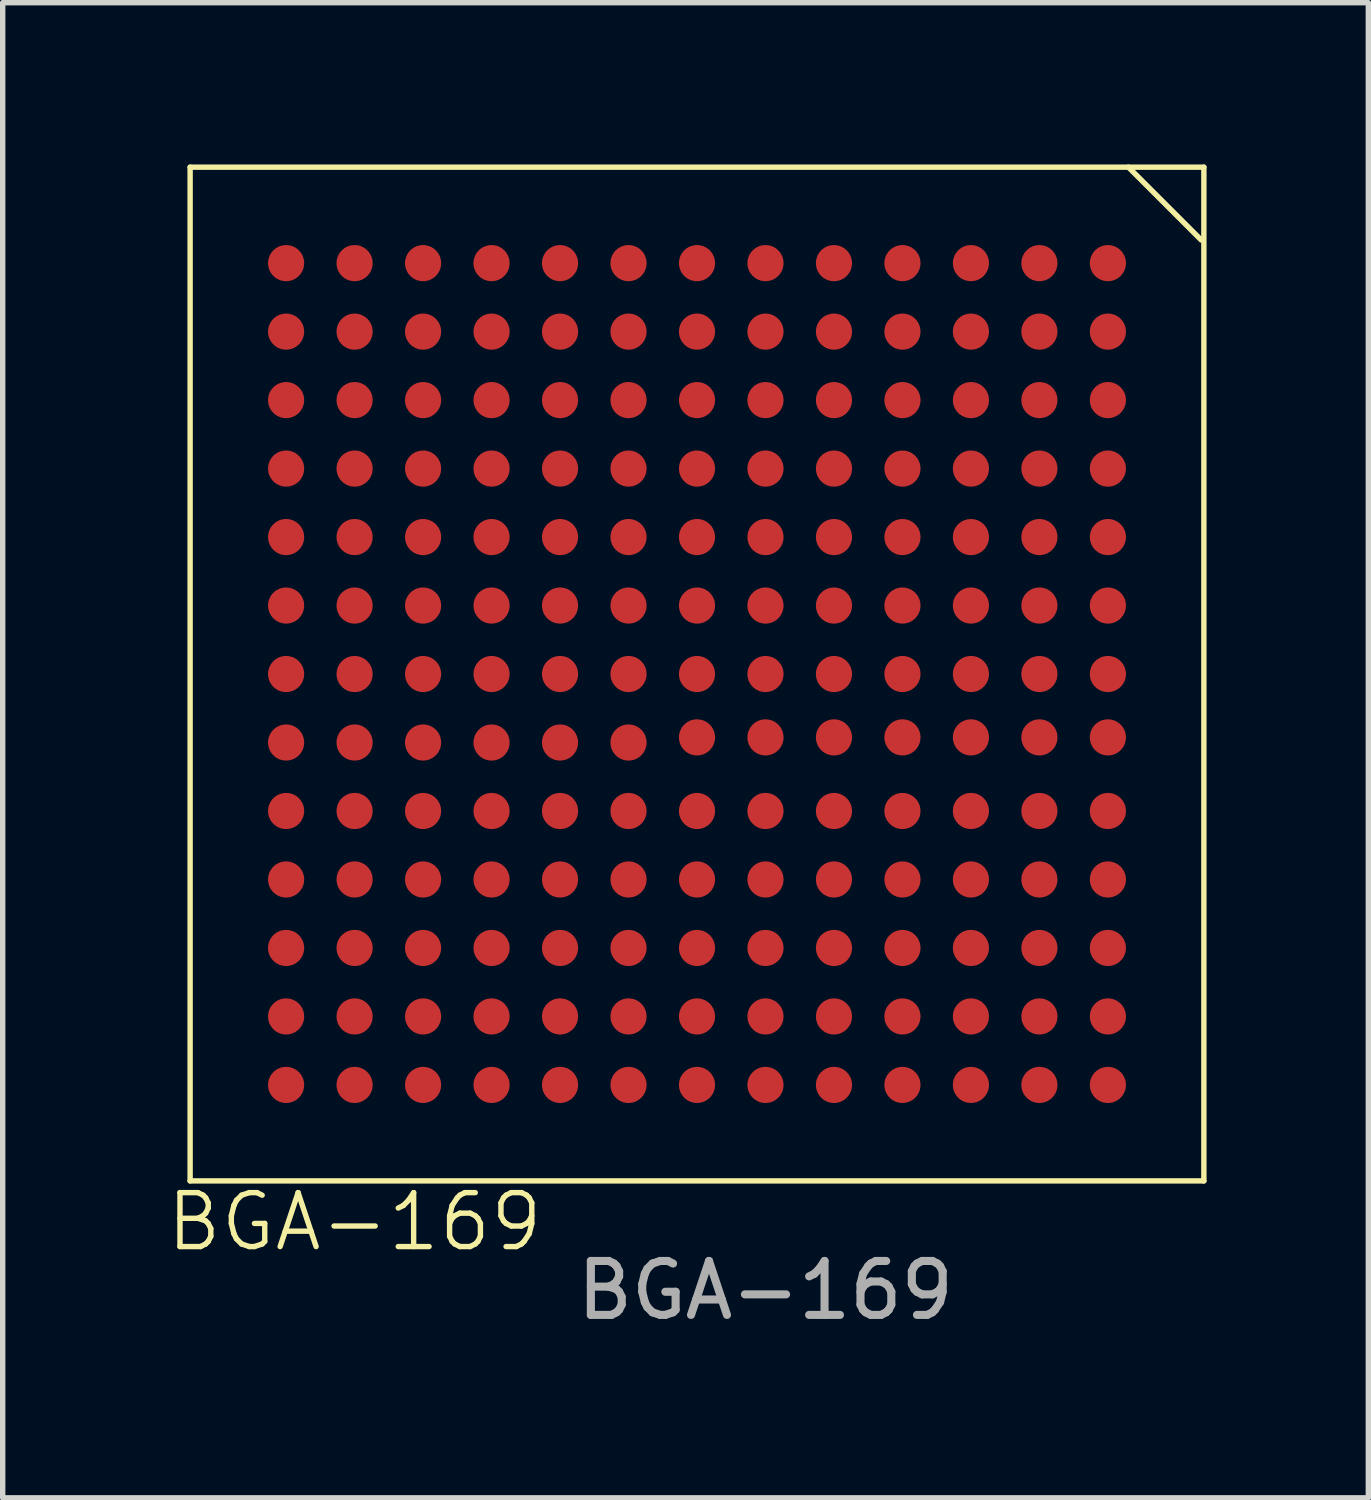
<source format=kicad_pcb>
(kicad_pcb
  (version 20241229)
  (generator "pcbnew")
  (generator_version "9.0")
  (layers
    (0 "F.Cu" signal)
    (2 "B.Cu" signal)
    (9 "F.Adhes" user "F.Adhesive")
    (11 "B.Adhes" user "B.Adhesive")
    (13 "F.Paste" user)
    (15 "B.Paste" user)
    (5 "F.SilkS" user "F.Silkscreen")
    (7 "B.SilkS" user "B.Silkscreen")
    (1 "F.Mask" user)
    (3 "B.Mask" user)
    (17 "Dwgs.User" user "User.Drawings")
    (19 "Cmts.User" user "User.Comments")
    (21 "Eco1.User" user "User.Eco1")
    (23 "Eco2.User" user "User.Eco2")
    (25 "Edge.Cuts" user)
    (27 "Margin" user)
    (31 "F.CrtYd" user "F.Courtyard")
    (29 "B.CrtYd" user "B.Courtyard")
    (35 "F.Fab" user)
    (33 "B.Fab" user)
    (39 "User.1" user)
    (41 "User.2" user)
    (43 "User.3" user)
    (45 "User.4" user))
  (footprint "BGA-169"
    (layer "F.Cu")
    (at 9.876 9.45)
    (property "Reference" "BGA-169" (at -6.35 10.16 0) (unlocked yes) (layer "F.SilkS") (effects (font (size 1 1) (thickness 0.1))))
    (attr smd)
    (fp_line (start -9.4 -9.4) (end 9.4 -9.4) (stroke (width 0.1) (type default)) (layer "F.SilkS"))
    (fp_line (start -9.4 9.4) (end -9.4 -9.4) (stroke (width 0.1) (type default)) (layer "F.SilkS"))
    (fp_line (start 8 -9.4) (end 9.35 -8.05) (stroke (width 0.1) (type default)) (layer "F.SilkS"))
    (fp_line (start 9.4 -9.4) (end 9.4 9.4) (stroke (width 0.1) (type default)) (layer "F.SilkS"))
    (fp_line (start 9.4 9.4) (end -9.4 9.4) (stroke (width 0.1) (type default)) (layer "F.SilkS"))
    (fp_text user "${REFERENCE}" (at 1.27 11.43 0) (unlocked yes) (layer "F.Fab") (effects (font (size 1 1) (thickness 0.15))))
    (pad "A1" smd circle (at 7.62 -7.62) (size 0.67 0.67) (layers "F.Cu" "F.Mask" "F.Paste"))
    (pad "A2" smd circle (at 7.62 -6.35) (size 0.67 0.67) (layers "F.Cu" "F.Mask" "F.Paste"))
    (pad "A3" smd circle (at 7.62 -5.08) (size 0.67 0.67) (layers "F.Cu" "F.Mask" "F.Paste"))
    (pad "A4" smd circle (at 7.62 -3.81) (size 0.67 0.67) (layers "F.Cu" "F.Mask" "F.Paste"))
    (pad "A5" smd circle (at 7.62 -2.54) (size 0.67 0.67) (layers "F.Cu" "F.Mask" "F.Paste"))
    (pad "A6" smd circle (at 7.62 -1.27) (size 0.67 0.67) (layers "F.Cu" "F.Mask" "F.Paste"))
    (pad "A7" smd circle (at 7.62 0) (size 0.67 0.67) (layers "F.Cu" "F.Mask" "F.Paste"))
    (pad "A8" smd circle (at 7.62 1.175) (size 0.67 0.67) (layers "F.Cu" "F.Mask" "F.Paste"))
    (pad "A9" smd circle (at 7.62 2.54) (size 0.67 0.67) (layers "F.Cu" "F.Mask" "F.Paste"))
    (pad "A10" smd circle (at 7.62 3.81) (size 0.67 0.67) (layers "F.Cu" "F.Mask" "F.Paste"))
    (pad "A11" smd circle (at 7.62 5.08) (size 0.67 0.67) (layers "F.Cu" "F.Mask" "F.Paste"))
    (pad "A12" smd circle (at 7.62 6.35) (size 0.67 0.67) (layers "F.Cu" "F.Mask" "F.Paste"))
    (pad "A13" smd circle (at 7.62 7.62) (size 0.67 0.67) (layers "F.Cu" "F.Mask" "F.Paste"))
    (pad "B1" smd circle (at 6.35 -7.62) (size 0.67 0.67) (layers "F.Cu" "F.Mask" "F.Paste"))
    (pad "B2" smd circle (at 6.35 -6.35) (size 0.67 0.67) (layers "F.Cu" "F.Mask" "F.Paste"))
    (pad "B3" smd circle (at 6.35 -5.08) (size 0.67 0.67) (layers "F.Cu" "F.Mask" "F.Paste"))
    (pad "B4" smd circle (at 6.35 -3.81) (size 0.67 0.67) (layers "F.Cu" "F.Mask" "F.Paste"))
    (pad "B5" smd circle (at 6.35 -2.54) (size 0.67 0.67) (layers "F.Cu" "F.Mask" "F.Paste"))
    (pad "B6" smd circle (at 6.35 -1.27) (size 0.67 0.67) (layers "F.Cu" "F.Mask" "F.Paste"))
    (pad "B7" smd circle (at 6.35 0) (size 0.67 0.67) (layers "F.Cu" "F.Mask" "F.Paste"))
    (pad "B8" smd circle (at 6.35 1.175) (size 0.67 0.67) (layers "F.Cu" "F.Mask" "F.Paste"))
    (pad "B9" smd circle (at 6.35 2.54) (size 0.67 0.67) (layers "F.Cu" "F.Mask" "F.Paste"))
    (pad "B10" smd circle (at 6.35 3.81) (size 0.67 0.67) (layers "F.Cu" "F.Mask" "F.Paste"))
    (pad "B11" smd circle (at 6.35 5.08) (size 0.67 0.67) (layers "F.Cu" "F.Mask" "F.Paste"))
    (pad "B12" smd circle (at 6.35 6.35) (size 0.67 0.67) (layers "F.Cu" "F.Mask" "F.Paste"))
    (pad "B13" smd circle (at 6.35 7.62) (size 0.67 0.67) (layers "F.Cu" "F.Mask" "F.Paste"))
    (pad "C1" smd circle (at 5.08 -7.62) (size 0.67 0.67) (layers "F.Cu" "F.Mask" "F.Paste"))
    (pad "C2" smd circle (at 5.08 -6.35) (size 0.67 0.67) (layers "F.Cu" "F.Mask" "F.Paste"))
    (pad "C3" smd circle (at 5.08 -5.08) (size 0.67 0.67) (layers "F.Cu" "F.Mask" "F.Paste"))
    (pad "C4" smd circle (at 5.08 -3.81) (size 0.67 0.67) (layers "F.Cu" "F.Mask" "F.Paste"))
    (pad "C5" smd circle (at 5.08 -2.54) (size 0.67 0.67) (layers "F.Cu" "F.Mask" "F.Paste"))
    (pad "C6" smd circle (at 5.08 -1.27) (size 0.67 0.67) (layers "F.Cu" "F.Mask" "F.Paste"))
    (pad "C7" smd circle (at 5.08 0) (size 0.67 0.67) (layers "F.Cu" "F.Mask" "F.Paste"))
    (pad "C8" smd circle (at 5.08 1.175) (size 0.67 0.67) (layers "F.Cu" "F.Mask" "F.Paste"))
    (pad "C9" smd circle (at 5.08 2.54) (size 0.67 0.67) (layers "F.Cu" "F.Mask" "F.Paste"))
    (pad "C10" smd circle (at 5.08 3.81) (size 0.67 0.67) (layers "F.Cu" "F.Mask" "F.Paste"))
    (pad "C11" smd circle (at 5.08 5.08) (size 0.67 0.67) (layers "F.Cu" "F.Mask" "F.Paste"))
    (pad "C12" smd circle (at 5.08 6.35) (size 0.67 0.67) (layers "F.Cu" "F.Mask" "F.Paste"))
    (pad "C13" smd circle (at 5.08 7.62) (size 0.67 0.67) (layers "F.Cu" "F.Mask" "F.Paste"))
    (pad "D1" smd circle (at 3.81 -7.62) (size 0.67 0.67) (layers "F.Cu" "F.Mask" "F.Paste"))
    (pad "D2" smd circle (at 3.81 -6.35) (size 0.67 0.67) (layers "F.Cu" "F.Mask" "F.Paste"))
    (pad "D3" smd circle (at 3.81 -5.08) (size 0.67 0.67) (layers "F.Cu" "F.Mask" "F.Paste"))
    (pad "D4" smd circle (at 3.81 -3.81) (size 0.67 0.67) (layers "F.Cu" "F.Mask" "F.Paste"))
    (pad "D5" smd circle (at 3.81 -2.54) (size 0.67 0.67) (layers "F.Cu" "F.Mask" "F.Paste"))
    (pad "D6" smd circle (at 3.81 -1.27) (size 0.67 0.67) (layers "F.Cu" "F.Mask" "F.Paste"))
    (pad "D7" smd circle (at 3.81 0) (size 0.67 0.67) (layers "F.Cu" "F.Mask" "F.Paste"))
    (pad "D8" smd circle (at 3.81 1.175) (size 0.67 0.67) (layers "F.Cu" "F.Mask" "F.Paste"))
    (pad "D9" smd circle (at 3.81 2.54) (size 0.67 0.67) (layers "F.Cu" "F.Mask" "F.Paste"))
    (pad "D10" smd circle (at 3.81 3.81) (size 0.67 0.67) (layers "F.Cu" "F.Mask" "F.Paste"))
    (pad "D11" smd circle (at 3.81 5.08) (size 0.67 0.67) (layers "F.Cu" "F.Mask" "F.Paste"))
    (pad "D12" smd circle (at 3.81 6.35) (size 0.67 0.67) (layers "F.Cu" "F.Mask" "F.Paste"))
    (pad "D13" smd circle (at 3.81 7.62) (size 0.67 0.67) (layers "F.Cu" "F.Mask" "F.Paste"))
    (pad "E1" smd circle (at 2.54 -7.62) (size 0.67 0.67) (layers "F.Cu" "F.Mask" "F.Paste"))
    (pad "E2" smd circle (at 2.54 -6.35) (size 0.67 0.67) (layers "F.Cu" "F.Mask" "F.Paste"))
    (pad "E3" smd circle (at 2.54 -5.08) (size 0.67 0.67) (layers "F.Cu" "F.Mask" "F.Paste"))
    (pad "E4" smd circle (at 2.54 -3.81) (size 0.67 0.67) (layers "F.Cu" "F.Mask" "F.Paste"))
    (pad "E5" smd circle (at 2.54 -2.54) (size 0.67 0.67) (layers "F.Cu" "F.Mask" "F.Paste"))
    (pad "E6" smd circle (at 2.54 -1.27) (size 0.67 0.67) (layers "F.Cu" "F.Mask" "F.Paste"))
    (pad "E7" smd circle (at 2.54 0) (size 0.67 0.67) (layers "F.Cu" "F.Mask" "F.Paste"))
    (pad "E8" smd circle (at 2.54 1.175) (size 0.67 0.67) (layers "F.Cu" "F.Mask" "F.Paste"))
    (pad "E9" smd circle (at 2.54 2.54) (size 0.67 0.67) (layers "F.Cu" "F.Mask" "F.Paste"))
    (pad "E10" smd circle (at 2.54 3.81) (size 0.67 0.67) (layers "F.Cu" "F.Mask" "F.Paste"))
    (pad "E11" smd circle (at 2.54 5.08) (size 0.67 0.67) (layers "F.Cu" "F.Mask" "F.Paste"))
    (pad "E12" smd circle (at 2.54 6.35) (size 0.67 0.67) (layers "F.Cu" "F.Mask" "F.Paste"))
    (pad "E13" smd circle (at 2.54 7.62) (size 0.67 0.67) (layers "F.Cu" "F.Mask" "F.Paste"))
    (pad "F1" smd circle (at 1.27 -7.62) (size 0.67 0.67) (layers "F.Cu" "F.Mask" "F.Paste"))
    (pad "F2" smd circle (at 1.27 -6.35) (size 0.67 0.67) (layers "F.Cu" "F.Mask" "F.Paste"))
    (pad "F3" smd circle (at 1.27 -5.08) (size 0.67 0.67) (layers "F.Cu" "F.Mask" "F.Paste"))
    (pad "F4" smd circle (at 1.27 -3.81) (size 0.67 0.67) (layers "F.Cu" "F.Mask" "F.Paste"))
    (pad "F5" smd circle (at 1.27 -2.54) (size 0.67 0.67) (layers "F.Cu" "F.Mask" "F.Paste"))
    (pad "F6" smd circle (at 1.27 -1.27) (size 0.67 0.67) (layers "F.Cu" "F.Mask" "F.Paste"))
    (pad "F7" smd circle (at 1.27 0) (size 0.67 0.67) (layers "F.Cu" "F.Mask" "F.Paste"))
    (pad "F8" smd circle (at 1.27 1.175) (size 0.67 0.67) (layers "F.Cu" "F.Mask" "F.Paste"))
    (pad "F9" smd circle (at 1.27 2.54) (size 0.67 0.67) (layers "F.Cu" "F.Mask" "F.Paste"))
    (pad "F10" smd circle (at 1.27 3.81) (size 0.67 0.67) (layers "F.Cu" "F.Mask" "F.Paste"))
    (pad "F11" smd circle (at 1.27 5.08) (size 0.67 0.67) (layers "F.Cu" "F.Mask" "F.Paste"))
    (pad "F12" smd circle (at 1.27 6.35) (size 0.67 0.67) (layers "F.Cu" "F.Mask" "F.Paste"))
    (pad "F13" smd circle (at 1.27 7.62) (size 0.67 0.67) (layers "F.Cu" "F.Mask" "F.Paste"))
    (pad "G1" smd circle (at 0 -7.62) (size 0.67 0.67) (layers "F.Cu" "F.Mask" "F.Paste"))
    (pad "G2" smd circle (at 0 -6.35) (size 0.67 0.67) (layers "F.Cu" "F.Mask" "F.Paste"))
    (pad "G3" smd circle (at 0 -5.08) (size 0.67 0.67) (layers "F.Cu" "F.Mask" "F.Paste"))
    (pad "G4" smd circle (at 0 -3.81) (size 0.67 0.67) (layers "F.Cu" "F.Mask" "F.Paste"))
    (pad "G5" smd circle (at 0 -2.54) (size 0.67 0.67) (layers "F.Cu" "F.Mask" "F.Paste"))
    (pad "G6" smd circle (at 0 -1.27) (size 0.67 0.67) (layers "F.Cu" "F.Mask" "F.Paste"))
    (pad "G7" smd circle (at 0 0) (size 0.67 0.67) (layers "F.Cu" "F.Mask" "F.Paste"))
    (pad "G8" smd circle (at 0 1.175) (size 0.67 0.67) (layers "F.Cu" "F.Mask" "F.Paste"))
    (pad "G9" smd circle (at 0 2.54) (size 0.67 0.67) (layers "F.Cu" "F.Mask" "F.Paste"))
    (pad "G10" smd circle (at 0 3.81) (size 0.67 0.67) (layers "F.Cu" "F.Mask" "F.Paste"))
    (pad "G11" smd circle (at 0 5.08) (size 0.67 0.67) (layers "F.Cu" "F.Mask" "F.Paste"))
    (pad "G12" smd circle (at 0 6.35) (size 0.67 0.67) (layers "F.Cu" "F.Mask" "F.Paste"))
    (pad "G13" smd circle (at 0 7.62) (size 0.67 0.67) (layers "F.Cu" "F.Mask" "F.Paste"))
    (pad "H1" smd circle (at -1.27 -7.62) (size 0.67 0.67) (layers "F.Cu" "F.Mask" "F.Paste"))
    (pad "H2" smd circle (at -1.27 -6.35) (size 0.67 0.67) (layers "F.Cu" "F.Mask" "F.Paste"))
    (pad "H3" smd circle (at -1.27 -5.08) (size 0.67 0.67) (layers "F.Cu" "F.Mask" "F.Paste"))
    (pad "H4" smd circle (at -1.27 -3.81) (size 0.67 0.67) (layers "F.Cu" "F.Mask" "F.Paste"))
    (pad "H5" smd circle (at -1.27 -2.54) (size 0.67 0.67) (layers "F.Cu" "F.Mask" "F.Paste"))
    (pad "H6" smd circle (at -1.27 -1.27) (size 0.67 0.67) (layers "F.Cu" "F.Mask" "F.Paste"))
    (pad "H7" smd circle (at -1.27 0) (size 0.67 0.67) (layers "F.Cu" "F.Mask" "F.Paste"))
    (pad "H8" smd circle (at -1.27 1.27) (size 0.67 0.67) (layers "F.Cu" "F.Mask" "F.Paste"))
    (pad "H9" smd circle (at -1.27 2.54) (size 0.67 0.67) (layers "F.Cu" "F.Mask" "F.Paste"))
    (pad "H10" smd circle (at -1.27 3.81) (size 0.67 0.67) (layers "F.Cu" "F.Mask" "F.Paste"))
    (pad "H11" smd circle (at -1.27 5.08) (size 0.67 0.67) (layers "F.Cu" "F.Mask" "F.Paste"))
    (pad "H12" smd circle (at -1.27 6.35) (size 0.67 0.67) (layers "F.Cu" "F.Mask" "F.Paste"))
    (pad "H13" smd circle (at -1.27 7.62) (size 0.67 0.67) (layers "F.Cu" "F.Mask" "F.Paste"))
    (pad "J1" smd circle (at -2.54 -7.62) (size 0.67 0.67) (layers "F.Cu" "F.Mask" "F.Paste"))
    (pad "J2" smd circle (at -2.54 -6.35) (size 0.67 0.67) (layers "F.Cu" "F.Mask" "F.Paste"))
    (pad "J3" smd circle (at -2.54 -5.08) (size 0.67 0.67) (layers "F.Cu" "F.Mask" "F.Paste"))
    (pad "J4" smd circle (at -2.54 -3.81) (size 0.67 0.67) (layers "F.Cu" "F.Mask" "F.Paste"))
    (pad "J5" smd circle (at -2.54 -2.54) (size 0.67 0.67) (layers "F.Cu" "F.Mask" "F.Paste"))
    (pad "J6" smd circle (at -2.54 -1.27) (size 0.67 0.67) (layers "F.Cu" "F.Mask" "F.Paste"))
    (pad "J7" smd circle (at -2.54 0) (size 0.67 0.67) (layers "F.Cu" "F.Mask" "F.Paste"))
    (pad "J8" smd circle (at -2.54 1.27) (size 0.67 0.67) (layers "F.Cu" "F.Mask" "F.Paste"))
    (pad "J9" smd circle (at -2.54 2.54) (size 0.67 0.67) (layers "F.Cu" "F.Mask" "F.Paste"))
    (pad "J10" smd circle (at -2.54 3.81) (size 0.67 0.67) (layers "F.Cu" "F.Mask" "F.Paste"))
    (pad "J11" smd circle (at -2.54 5.08) (size 0.67 0.67) (layers "F.Cu" "F.Mask" "F.Paste"))
    (pad "J12" smd circle (at -2.54 6.35) (size 0.67 0.67) (layers "F.Cu" "F.Mask" "F.Paste"))
    (pad "J13" smd circle (at -2.54 7.62) (size 0.67 0.67) (layers "F.Cu" "F.Mask" "F.Paste"))
    (pad "K1" smd circle (at -3.81 -7.62) (size 0.67 0.67) (layers "F.Cu" "F.Mask" "F.Paste"))
    (pad "K2" smd circle (at -3.81 -6.35) (size 0.67 0.67) (layers "F.Cu" "F.Mask" "F.Paste"))
    (pad "K3" smd circle (at -3.81 -5.08) (size 0.67 0.67) (layers "F.Cu" "F.Mask" "F.Paste"))
    (pad "K4" smd circle (at -3.81 -3.81) (size 0.67 0.67) (layers "F.Cu" "F.Mask" "F.Paste"))
    (pad "K5" smd circle (at -3.81 -2.54) (size 0.67 0.67) (layers "F.Cu" "F.Mask" "F.Paste"))
    (pad "K6" smd circle (at -3.81 -1.27) (size 0.67 0.67) (layers "F.Cu" "F.Mask" "F.Paste"))
    (pad "K7" smd circle (at -3.81 0) (size 0.67 0.67) (layers "F.Cu" "F.Mask" "F.Paste"))
    (pad "K8" smd circle (at -3.81 1.27) (size 0.67 0.67) (layers "F.Cu" "F.Mask" "F.Paste"))
    (pad "K9" smd circle (at -3.81 2.54) (size 0.67 0.67) (layers "F.Cu" "F.Mask" "F.Paste"))
    (pad "K10" smd circle (at -3.81 3.81) (size 0.67 0.67) (layers "F.Cu" "F.Mask" "F.Paste"))
    (pad "K11" smd circle (at -3.81 5.08) (size 0.67 0.67) (layers "F.Cu" "F.Mask" "F.Paste"))
    (pad "K12" smd circle (at -3.81 6.35) (size 0.67 0.67) (layers "F.Cu" "F.Mask" "F.Paste"))
    (pad "K13" smd circle (at -3.81 7.62) (size 0.67 0.67) (layers "F.Cu" "F.Mask" "F.Paste"))
    (pad "L1" smd circle (at -5.08 -7.62) (size 0.67 0.67) (layers "F.Cu" "F.Mask" "F.Paste"))
    (pad "L2" smd circle (at -5.08 -6.35) (size 0.67 0.67) (layers "F.Cu" "F.Mask" "F.Paste"))
    (pad "L3" smd circle (at -5.08 -5.08) (size 0.67 0.67) (layers "F.Cu" "F.Mask" "F.Paste"))
    (pad "L4" smd circle (at -5.08 -3.81) (size 0.67 0.67) (layers "F.Cu" "F.Mask" "F.Paste"))
    (pad "L5" smd circle (at -5.08 -2.54) (size 0.67 0.67) (layers "F.Cu" "F.Mask" "F.Paste"))
    (pad "L6" smd circle (at -5.08 -1.27) (size 0.67 0.67) (layers "F.Cu" "F.Mask" "F.Paste"))
    (pad "L7" smd circle (at -5.08 0) (size 0.67 0.67) (layers "F.Cu" "F.Mask" "F.Paste"))
    (pad "L8" smd circle (at -5.08 1.27) (size 0.67 0.67) (layers "F.Cu" "F.Mask" "F.Paste"))
    (pad "L9" smd circle (at -5.08 2.54) (size 0.67 0.67) (layers "F.Cu" "F.Mask" "F.Paste"))
    (pad "L10" smd circle (at -5.08 3.81) (size 0.67 0.67) (layers "F.Cu" "F.Mask" "F.Paste"))
    (pad "L11" smd circle (at -5.08 5.08) (size 0.67 0.67) (layers "F.Cu" "F.Mask" "F.Paste"))
    (pad "L12" smd circle (at -5.08 6.35) (size 0.67 0.67) (layers "F.Cu" "F.Mask" "F.Paste"))
    (pad "L13" smd circle (at -5.08 7.62) (size 0.67 0.67) (layers "F.Cu" "F.Mask" "F.Paste"))
    (pad "M1" smd circle (at -6.35 -7.62) (size 0.67 0.67) (layers "F.Cu" "F.Mask" "F.Paste"))
    (pad "M2" smd circle (at -6.35 -6.35) (size 0.67 0.67) (layers "F.Cu" "F.Mask" "F.Paste"))
    (pad "M3" smd circle (at -6.35 -5.08) (size 0.67 0.67) (layers "F.Cu" "F.Mask" "F.Paste"))
    (pad "M4" smd circle (at -6.35 -3.81) (size 0.67 0.67) (layers "F.Cu" "F.Mask" "F.Paste"))
    (pad "M5" smd circle (at -6.35 -2.54) (size 0.67 0.67) (layers "F.Cu" "F.Mask" "F.Paste"))
    (pad "M6" smd circle (at -6.35 -1.27) (size 0.67 0.67) (layers "F.Cu" "F.Mask" "F.Paste"))
    (pad "M7" smd circle (at -6.35 0) (size 0.67 0.67) (layers "F.Cu" "F.Mask" "F.Paste"))
    (pad "M8" smd circle (at -6.35 1.27) (size 0.67 0.67) (layers "F.Cu" "F.Mask" "F.Paste"))
    (pad "M9" smd circle (at -6.35 2.54) (size 0.67 0.67) (layers "F.Cu" "F.Mask" "F.Paste"))
    (pad "M10" smd circle (at -6.35 3.81) (size 0.67 0.67) (layers "F.Cu" "F.Mask" "F.Paste"))
    (pad "M11" smd circle (at -6.35 5.08) (size 0.67 0.67) (layers "F.Cu" "F.Mask" "F.Paste"))
    (pad "M12" smd circle (at -6.35 6.35) (size 0.67 0.67) (layers "F.Cu" "F.Mask" "F.Paste"))
    (pad "M13" smd circle (at -6.35 7.62) (size 0.67 0.67) (layers "F.Cu" "F.Mask" "F.Paste"))
    (pad "N1" smd circle (at -7.62 -7.62) (size 0.67 0.67) (layers "F.Cu" "F.Mask" "F.Paste"))
    (pad "N2" smd circle (at -7.62 -6.35) (size 0.67 0.67) (layers "F.Cu" "F.Mask" "F.Paste"))
    (pad "N3" smd circle (at -7.62 -5.08) (size 0.67 0.67) (layers "F.Cu" "F.Mask" "F.Paste"))
    (pad "N4" smd circle (at -7.62 -3.81) (size 0.67 0.67) (layers "F.Cu" "F.Mask" "F.Paste"))
    (pad "N5" smd circle (at -7.62 -2.54) (size 0.67 0.67) (layers "F.Cu" "F.Mask" "F.Paste"))
    (pad "N6" smd circle (at -7.62 -1.27) (size 0.67 0.67) (layers "F.Cu" "F.Mask" "F.Paste"))
    (pad "N7" smd circle (at -7.62 0) (size 0.67 0.67) (layers "F.Cu" "F.Mask" "F.Paste"))
    (pad "N8" smd circle (at -7.62 1.27) (size 0.67 0.67) (layers "F.Cu" "F.Mask" "F.Paste"))
    (pad "N9" smd circle (at -7.62 2.54) (size 0.67 0.67) (layers "F.Cu" "F.Mask" "F.Paste"))
    (pad "N10" smd circle (at -7.62 3.81) (size 0.67 0.67) (layers "F.Cu" "F.Mask" "F.Paste"))
    (pad "N11" smd circle (at -7.62 5.08) (size 0.67 0.67) (layers "F.Cu" "F.Mask" "F.Paste"))
    (pad "N12" smd circle (at -7.62 6.35) (size 0.67 0.67) (layers "F.Cu" "F.Mask" "F.Paste"))
    (pad "N13" smd circle (at -7.62 7.62) (size 0.67 0.67) (layers "F.Cu" "F.Mask" "F.Paste")))
  (gr_rect
    (start -3 -3)
    (end 22.326 24.728)
    (stroke (width 0.1) (type default))
    (fill no)
    (layer "Edge.Cuts")))
</source>
